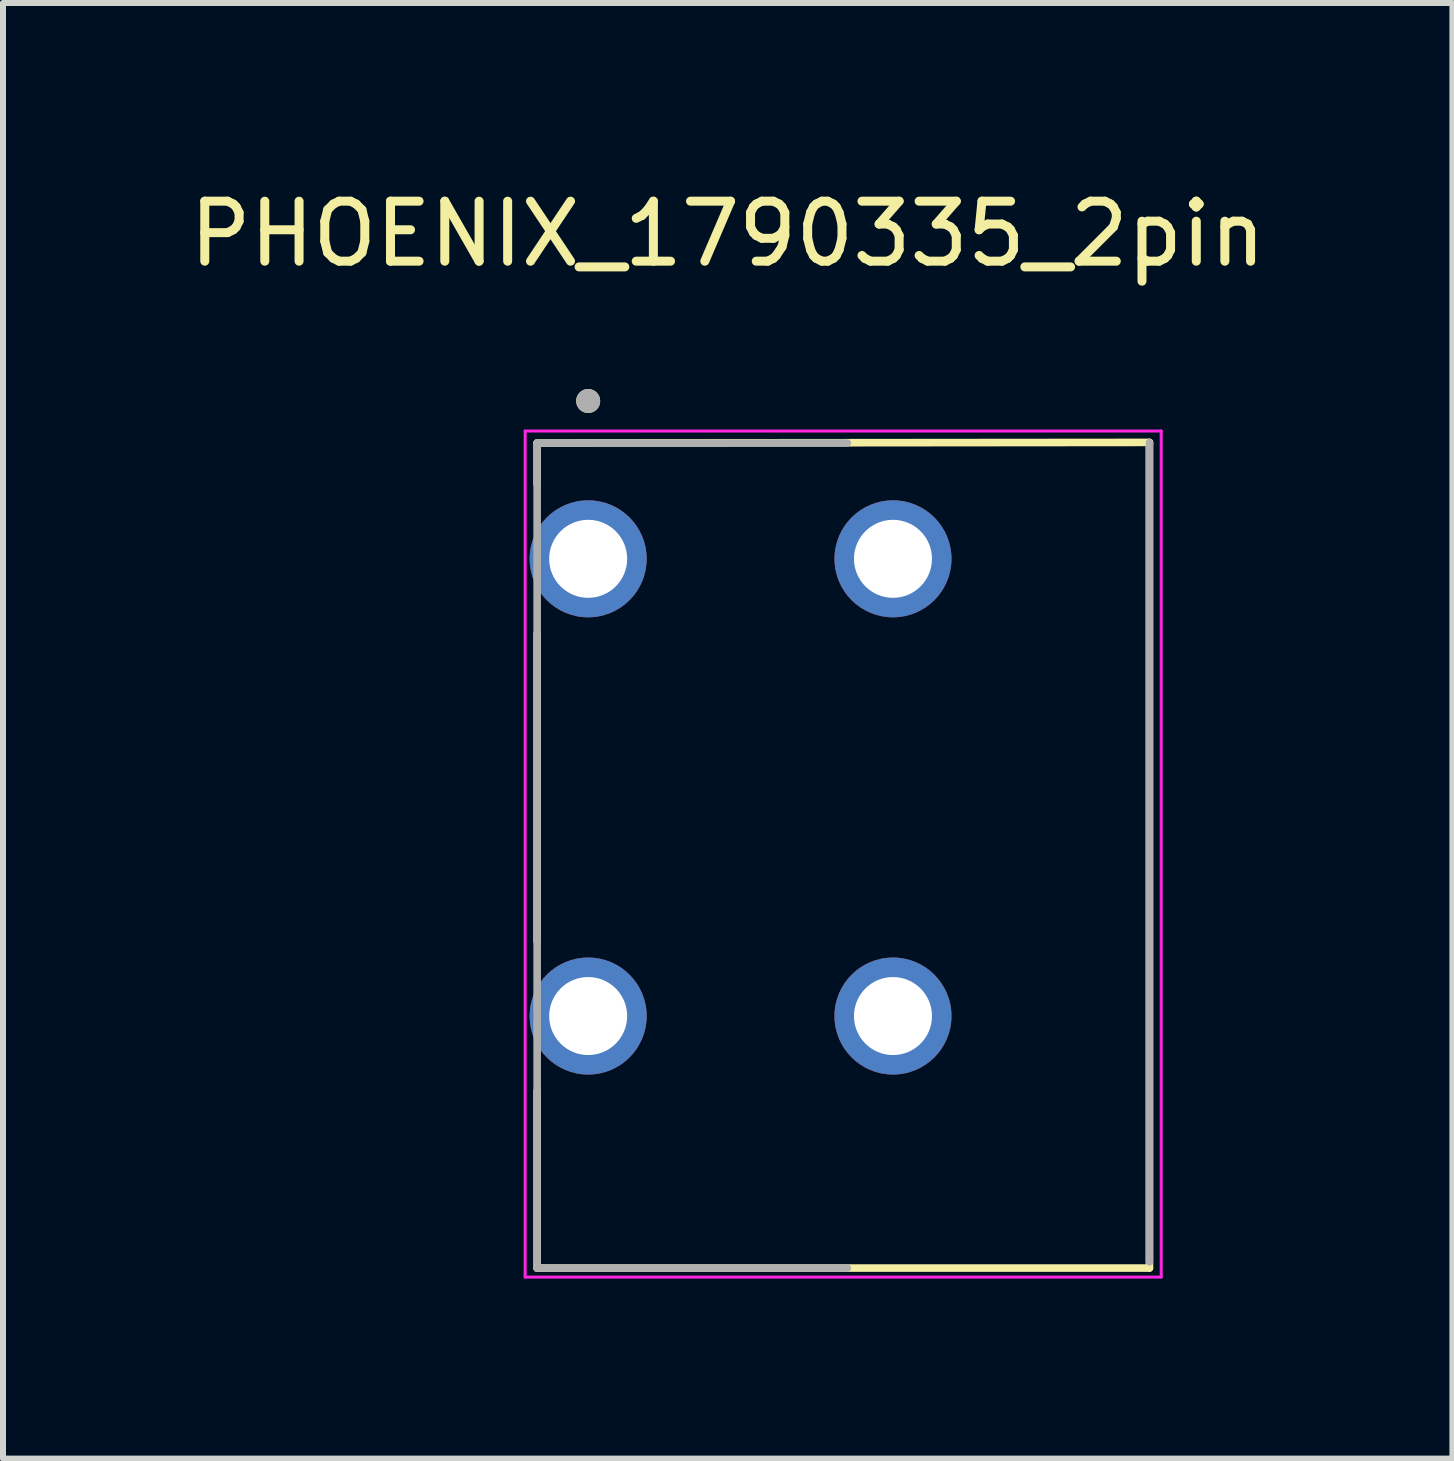
<source format=kicad_pcb>
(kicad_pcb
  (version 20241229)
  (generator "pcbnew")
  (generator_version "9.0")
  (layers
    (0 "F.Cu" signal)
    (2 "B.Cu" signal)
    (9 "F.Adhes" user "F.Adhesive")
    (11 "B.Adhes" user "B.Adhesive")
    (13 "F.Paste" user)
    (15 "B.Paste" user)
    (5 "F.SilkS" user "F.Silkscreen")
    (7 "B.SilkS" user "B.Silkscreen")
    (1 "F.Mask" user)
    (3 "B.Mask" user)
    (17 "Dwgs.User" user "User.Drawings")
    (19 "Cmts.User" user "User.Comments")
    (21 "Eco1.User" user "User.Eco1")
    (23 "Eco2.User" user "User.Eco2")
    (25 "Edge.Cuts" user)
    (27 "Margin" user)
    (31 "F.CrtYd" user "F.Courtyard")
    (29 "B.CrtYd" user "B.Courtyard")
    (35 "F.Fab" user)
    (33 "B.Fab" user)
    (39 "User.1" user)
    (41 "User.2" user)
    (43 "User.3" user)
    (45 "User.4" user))
  (footprint "PHOENIX_1790335_2pin"
    (layer "F.Cu")
    (at 5.902 17.983)
    (property "Reference" "PHOENIX_1790335_2pin" (at 3.175 -17.135 0) (layer "F.SilkS") (effects (font (size 1 1) (thickness 0.15))))
    (attr through_hole)
    (fp_line (start 0 -13.65) (end 0 -12.965) (stroke (width 0.127) (type solid)) (layer "F.SilkS"))
    (fp_line (start 0 -10.475) (end 0 -5.345) (stroke (width 0.127) (type solid)) (layer "F.SilkS"))
    (fp_line (start 0 -2.855) (end 0 0.1) (stroke (width 0.127) (type solid)) (layer "F.SilkS"))
    (fp_line (start 0 0.1) (end 10.204 0.1) (stroke (width 0.127) (type solid)) (layer "F.SilkS"))
    (fp_line (start 10.204 -13.66) (end 0 -13.65) (stroke (width 0.127) (type solid)) (layer "F.SilkS"))
    (fp_line (start 10.204 0.1) (end 10.204 -13.66) (stroke (width 0.127) (type solid)) (layer "F.SilkS"))
    (fp_circle (center 0.85 -14.35) (end 0.95 -14.35) (stroke (width 0.2) (type solid)) (fill no) (layer "F.SilkS"))
    (fp_line (start -0.2 -13.85) (end 10.4 -13.85) (stroke (width 0.05) (type default)) (layer "F.CrtYd"))
    (fp_line (start -0.2 0.25) (end -0.2 -13.85) (stroke (width 0.05) (type default)) (layer "F.CrtYd"))
    (fp_line (start 10.4 -13.85) (end 10.4 0.25) (stroke (width 0.05) (type default)) (layer "F.CrtYd"))
    (fp_line (start 10.4 0.25) (end -0.2 0.25) (stroke (width 0.05) (type default)) (layer "F.CrtYd"))
    (fp_line (start 0 -13.65) (end 0 0) (stroke (width 0.127) (type solid)) (layer "F.Fab"))
    (fp_line (start 0 0.1) (end 5.168 0.1) (stroke (width 0.127) (type solid)) (layer "F.Fab"))
    (fp_line (start 5.168 -13.65) (end 0 -13.65) (stroke (width 0.127) (type solid)) (layer "F.Fab"))
    (fp_line (start 10.204 -0.005) (end 10.204 -13.655) (stroke (width 0.127) (type solid)) (layer "F.Fab"))
    (fp_circle (center 0.85 -14.35) (end 0.95 -14.35) (stroke (width 0.2) (type solid)) (fill no) (layer "F.Fab"))
    (pad "1" thru_hole circle (at 0.85 -11.72) (size 1.95 1.95) (drill 1.3) (layers "*.Cu" "*.Mask"))
    (pad "1" thru_hole circle (at 0.85 -4.1) (size 1.95 1.95) (drill 1.3) (layers "*.Cu" "*.Mask"))
    (pad "1" thru_hole circle (at 5.93 -4.1) (size 1.95 1.95) (drill 1.3) (layers "*.Cu" "*.Mask"))
    (pad "2" thru_hole circle (at 5.93 -11.72) (size 1.95 1.95) (drill 1.3) (layers "*.Cu" "*.Mask")))
  (gr_rect
    (start -3 -3)
    (end 21.155 21.258)
    (stroke (width 0.1) (type default))
    (fill no)
    (layer "Edge.Cuts")))
</source>
